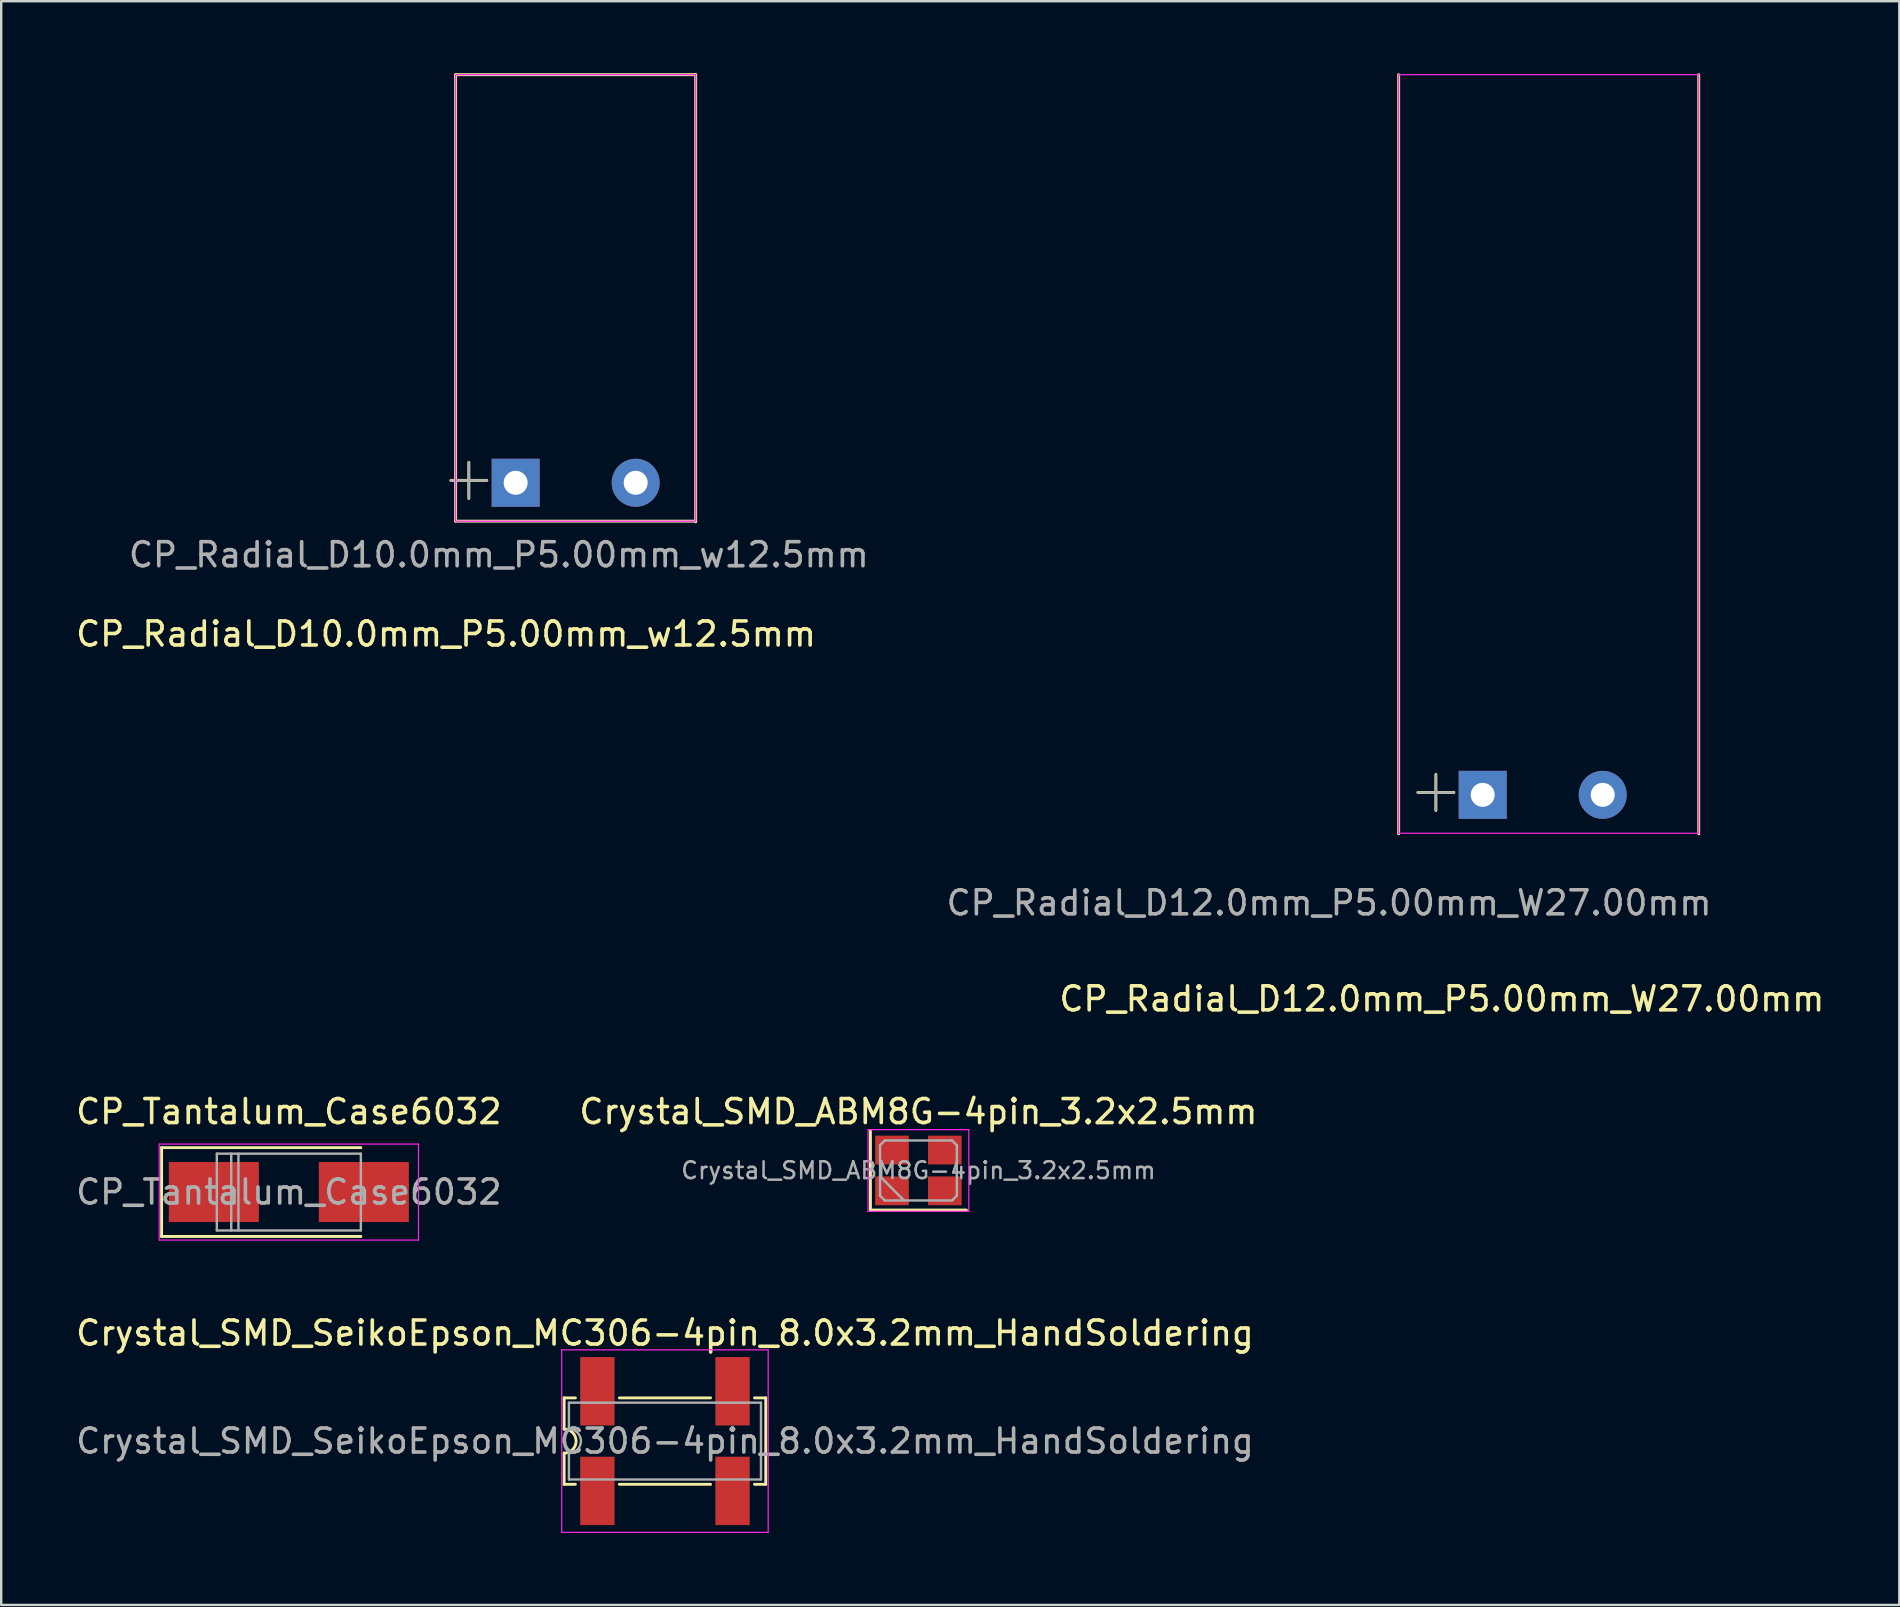
<source format=kicad_pcb>
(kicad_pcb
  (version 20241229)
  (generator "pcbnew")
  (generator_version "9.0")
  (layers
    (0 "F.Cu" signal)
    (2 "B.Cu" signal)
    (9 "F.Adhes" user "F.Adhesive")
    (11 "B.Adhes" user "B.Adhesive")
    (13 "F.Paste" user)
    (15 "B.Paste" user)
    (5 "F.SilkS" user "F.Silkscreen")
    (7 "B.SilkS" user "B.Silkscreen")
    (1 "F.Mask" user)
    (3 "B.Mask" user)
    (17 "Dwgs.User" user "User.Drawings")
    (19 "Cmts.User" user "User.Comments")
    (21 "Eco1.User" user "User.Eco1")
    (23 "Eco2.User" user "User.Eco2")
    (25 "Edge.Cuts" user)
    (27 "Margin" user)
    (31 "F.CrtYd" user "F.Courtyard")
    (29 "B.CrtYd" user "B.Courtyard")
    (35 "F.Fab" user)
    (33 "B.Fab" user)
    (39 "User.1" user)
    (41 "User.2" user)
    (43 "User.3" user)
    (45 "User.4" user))
  (footprint "Crystal_SMD_SeikoEpson_MC306-4pin_8.0x3.2mm_HandSoldering"
    (layer "F.Cu")
    (at 24.649 56.98)
    (property "Reference" "Crystal_SMD_SeikoEpson_MC306-4pin_8.0x3.2mm_HandSoldering" (at 0 -4.5 0) (layer "F.SilkS") (effects (font (size 1 1) (thickness 0.15))))
    (attr smd)
    (fp_line (start -4.2 -1.8) (end -3.73 -1.8) (stroke (width 0.12) (type solid)) (layer "F.SilkS"))
    (fp_line (start -4.2 -0.5) (end -4.2 -1.8) (stroke (width 0.12) (type solid)) (layer "F.SilkS"))
    (fp_line (start -4.2 1.8) (end -4.2 0.5) (stroke (width 0.12) (type solid)) (layer "F.SilkS"))
    (fp_line (start -4.2 1.8) (end -3.73 1.8) (stroke (width 0.12) (type solid)) (layer "F.SilkS"))
    (fp_line (start -1.9 -1.8) (end 1.9 -1.8) (stroke (width 0.12) (type solid)) (layer "F.SilkS"))
    (fp_line (start 1.9 1.8) (end -1.9 1.8) (stroke (width 0.12) (type solid)) (layer "F.SilkS"))
    (fp_line (start 3.73 -1.8) (end 4.2 -1.8) (stroke (width 0.12) (type solid)) (layer "F.SilkS"))
    (fp_line (start 4.2 -1.8) (end 4.2 1.8) (stroke (width 0.12) (type solid)) (layer "F.SilkS"))
    (fp_line (start 4.2 1.8) (end 3.73 1.8) (stroke (width 0.12) (type solid)) (layer "F.SilkS"))
    (fp_arc (start -4.2 -0.5) (mid -3.7 0) (end -4.2 0.5) (stroke (width 0.12) (type solid)) (layer "F.SilkS"))
    (fp_line (start -4.3 -3.8) (end -4.3 3.8) (stroke (width 0.05) (type solid)) (layer "F.CrtYd"))
    (fp_line (start -4.3 3.8) (end 4.3 3.8) (stroke (width 0.05) (type solid)) (layer "F.CrtYd"))
    (fp_line (start 4.3 -3.8) (end -4.3 -3.8) (stroke (width 0.05) (type solid)) (layer "F.CrtYd"))
    (fp_line (start 4.3 3.8) (end 4.3 -3.8) (stroke (width 0.05) (type solid)) (layer "F.CrtYd"))
    (fp_line (start -4 -1.6) (end 4 -1.6) (stroke (width 0.1) (type solid)) (layer "F.Fab"))
    (fp_line (start -4 -0.5) (end -4 -1.6) (stroke (width 0.1) (type solid)) (layer "F.Fab"))
    (fp_line (start -4 1.6) (end -4 0.5) (stroke (width 0.1) (type solid)) (layer "F.Fab"))
    (fp_line (start 4 -1.6) (end 4 1.6) (stroke (width 0.1) (type solid)) (layer "F.Fab"))
    (fp_line (start 4 1.6) (end -4 1.6) (stroke (width 0.1) (type solid)) (layer "F.Fab"))
    (fp_arc (start -4 -0.5) (mid -3.5 0) (end -4 0.5) (stroke (width 0.1) (type solid)) (layer "F.Fab"))
    (fp_text user "${REFERENCE}" (at 0 0 0) (layer "F.Fab") (effects (font (size 1 1) (thickness 0.15))))
    (pad "1" smd rect (at -2.815 2.075) (size 1.43 2.85) (layers "F.Cu" "F.Mask" "F.Paste"))
    (pad "2" smd rect (at 2.815 2.075) (size 1.43 2.85) (layers "F.Cu" "F.Mask" "F.Paste"))
    (pad "3" smd rect (at 2.815 -2.075) (size 1.43 2.85) (layers "F.Cu" "F.Mask" "F.Paste"))
    (pad "4" smd rect (at -2.815 -2.075) (size 1.43 2.85) (layers "F.Cu" "F.Mask" "F.Paste")))
  (footprint "CP_Tantalum_Case6032"
    (layer "F.Cu")
    (at 8.982 46.606)
    (property "Reference" "CP_Tantalum_Case6032" (at 0 -3.35 0) (layer "F.SilkS") (effects (font (size 1 1) (thickness 0.15))))
    (attr smd)
    (fp_line (start -5.3 -1.85) (end -5.3 1.85) (stroke (width 0.12) (type solid)) (layer "F.SilkS"))
    (fp_line (start -5.3 -1.85) (end 3 -1.85) (stroke (width 0.12) (type solid)) (layer "F.SilkS"))
    (fp_line (start -5.3 1.85) (end 3 1.85) (stroke (width 0.12) (type solid)) (layer "F.SilkS"))
    (fp_line (start -5.4 -2) (end -5.4 2) (stroke (width 0.05) (type solid)) (layer "F.CrtYd"))
    (fp_line (start -5.4 2) (end 5.4 2) (stroke (width 0.05) (type solid)) (layer "F.CrtYd"))
    (fp_line (start 5.4 -2) (end -5.4 -2) (stroke (width 0.05) (type solid)) (layer "F.CrtYd"))
    (fp_line (start 5.4 2) (end 5.4 -2) (stroke (width 0.05) (type solid)) (layer "F.CrtYd"))
    (fp_line (start -3 -1.6) (end -3 1.6) (stroke (width 0.1) (type solid)) (layer "F.Fab"))
    (fp_line (start -3 1.6) (end 3 1.6) (stroke (width 0.1) (type solid)) (layer "F.Fab"))
    (fp_line (start -2.4 -1.6) (end -2.4 1.6) (stroke (width 0.1) (type solid)) (layer "F.Fab"))
    (fp_line (start -2.1 -1.6) (end -2.1 1.6) (stroke (width 0.1) (type solid)) (layer "F.Fab"))
    (fp_line (start 3 -1.6) (end -3 -1.6) (stroke (width 0.1) (type solid)) (layer "F.Fab"))
    (fp_line (start 3 1.6) (end 3 -1.6) (stroke (width 0.1) (type solid)) (layer "F.Fab"))
    (fp_text user "${REFERENCE}" (at 0 0 0) (layer "F.Fab") (effects (font (size 1 1) (thickness 0.15))))
    (pad "1" smd rect (at -3.125 0) (size 3.75 2.5) (layers "F.Cu" "F.Mask" "F.Paste"))
    (pad "2" smd rect (at 3.125 0) (size 3.75 2.5) (layers "F.Cu" "F.Mask" "F.Paste")))
  (footprint "CP_Radial_D10.0mm_P5.00mm_w12.5mm"
    (layer "F.Cu")
    (at 20.93 17.06)
    (property "Reference" "CP_Radial_D10.0mm_P5.00mm_w12.5mm" (at -5.4 6.3 0) (layer "F.SilkS") (effects (font (size 1 1) (thickness 0.15))))
    (attr through_hole)
    (fp_line (start -5.2 -0.1) (end -3.7 -0.1) (stroke (width 0.12) (type solid)) (layer "F.SilkS"))
    (fp_line (start -5 -17) (end -5 1.6) (stroke (width 0.12) (type solid)) (layer "F.SilkS"))
    (fp_line (start -4.45 -0.85) (end -4.45 0.65) (stroke (width 0.12) (type solid)) (layer "F.SilkS"))
    (fp_line (start 5 -17) (end -5 -17) (stroke (width 0.12) (type solid)) (layer "F.SilkS"))
    (fp_line (start 5 -17) (end 5 1.625) (stroke (width 0.12) (type solid)) (layer "F.SilkS"))
    (fp_line (start 5 1.6) (end -5 1.6) (stroke (width 0.12) (type solid)) (layer "F.SilkS"))
    (fp_line (start -5 -17) (end -5 1.6) (stroke (width 0.05) (type solid)) (layer "F.CrtYd"))
    (fp_line (start -5 1.6) (end 5 1.6) (stroke (width 0.05) (type solid)) (layer "F.CrtYd"))
    (fp_line (start 5 -17) (end -5 -17) (stroke (width 0.05) (type solid)) (layer "F.CrtYd"))
    (fp_line (start 5 1.6) (end 5 -17) (stroke (width 0.05) (type solid)) (layer "F.CrtYd"))
    (fp_line (start -5.2 -0.1) (end -3.7 -0.1) (stroke (width 0.1) (type solid)) (layer "F.Fab"))
    (fp_line (start -4.45 -0.85) (end -4.45 0.65) (stroke (width 0.1) (type solid)) (layer "F.Fab"))
    (fp_text user "${REFERENCE}" (at -3.2 3 0) (layer "F.Fab") (effects (font (size 1 1) (thickness 0.15))))
    (pad "1" thru_hole rect (at -2.5 0) (size 2 2) (drill 1) (layers "*.Cu" "*.Mask"))
    (pad "2" thru_hole circle (at 2.5 0) (size 2 2) (drill 1) (layers "*.Cu" "*.Mask")))
  (footprint "Crystal_SMD_ABM8G-4pin_3.2x2.5mm"
    (layer "F.Cu")
    (at 35.208 45.706)
    (property "Reference" "Crystal_SMD_ABM8G-4pin_3.2x2.5mm" (at 0 -2.45 0) (layer "F.SilkS") (effects (font (size 1 1) (thickness 0.15))))
    (attr smd)
    (fp_line (start -2 -1.65) (end -2 1.65) (stroke (width 0.12) (type solid)) (layer "F.SilkS"))
    (fp_line (start -2 1.65) (end 2 1.65) (stroke (width 0.12) (type solid)) (layer "F.SilkS"))
    (fp_line (start -2.1 -1.7) (end -2.1 1.7) (stroke (width 0.05) (type solid)) (layer "F.CrtYd"))
    (fp_line (start -2.1 1.7) (end 2.1 1.7) (stroke (width 0.05) (type solid)) (layer "F.CrtYd"))
    (fp_line (start 2.1 -1.7) (end -2.1 -1.7) (stroke (width 0.05) (type solid)) (layer "F.CrtYd"))
    (fp_line (start 2.1 1.7) (end 2.1 -1.7) (stroke (width 0.05) (type solid)) (layer "F.CrtYd"))
    (fp_line (start -1.6 -1.05) (end -1.4 -1.25) (stroke (width 0.1) (type solid)) (layer "F.Fab"))
    (fp_line (start -1.6 0.25) (end -0.6 1.25) (stroke (width 0.1) (type solid)) (layer "F.Fab"))
    (fp_line (start -1.6 1.05) (end -1.6 -1.05) (stroke (width 0.1) (type solid)) (layer "F.Fab"))
    (fp_line (start -1.4 -1.25) (end 1.4 -1.25) (stroke (width 0.1) (type solid)) (layer "F.Fab"))
    (fp_line (start -1.4 1.25) (end -1.6 1.05) (stroke (width 0.1) (type solid)) (layer "F.Fab"))
    (fp_line (start 1.4 -1.25) (end 1.6 -1.05) (stroke (width 0.1) (type solid)) (layer "F.Fab"))
    (fp_line (start 1.4 1.25) (end -1.4 1.25) (stroke (width 0.1) (type solid)) (layer "F.Fab"))
    (fp_line (start 1.6 -1.05) (end 1.6 1.05) (stroke (width 0.1) (type solid)) (layer "F.Fab"))
    (fp_line (start 1.6 1.05) (end 1.4 1.25) (stroke (width 0.1) (type solid)) (layer "F.Fab"))
    (fp_text user "${REFERENCE}" (at 0 0 0) (layer "F.Fab") (effects (font (size 0.7 0.7) (thickness 0.105))))
    (pad "1" smd rect (at -1.1 0.85) (size 1.4 1.2) (layers "F.Cu" "F.Mask" "F.Paste"))
    (pad "2" smd rect (at 1.1 0.85) (size 1.4 1.2) (layers "F.Cu" "F.Mask" "F.Paste"))
    (pad "3" smd rect (at 1.1 -0.85) (size 1.4 1.2) (layers "F.Cu" "F.Mask" "F.Paste"))
    (pad "4" smd rect (at -1.1 -0.85) (size 1.4 1.2) (layers "F.Cu" "F.Mask" "F.Paste")))
  (footprint "CP_Radial_D12.0mm_P5.00mm_W27.00mm"
    (layer "F.Cu")
    (at 61.213 30.06)
    (property "Reference" "CP_Radial_D12.0mm_P5.00mm_W27.00mm" (at -4.2 8.5 0) (layer "F.SilkS") (effects (font (size 1 1) (thickness 0.15))))
    (attr through_hole)
    (fp_line (start -6 -30) (end -6 1.625) (stroke (width 0.12) (type solid)) (layer "F.SilkS"))
    (fp_line (start -5.2 -0.1) (end -3.7 -0.1) (stroke (width 0.12) (type solid)) (layer "F.SilkS"))
    (fp_line (start -4.45 -0.85) (end -4.45 0.65) (stroke (width 0.12) (type solid)) (layer "F.SilkS"))
    (fp_line (start 6.5 -30) (end 6.5 1.625) (stroke (width 0.12) (type solid)) (layer "F.SilkS"))
    (fp_line (start -6 -30) (end -6 1.6) (stroke (width 0.05) (type solid)) (layer "F.CrtYd"))
    (fp_line (start -6 1.6) (end 6.5 1.6) (stroke (width 0.05) (type solid)) (layer "F.CrtYd"))
    (fp_line (start 6.5 -30) (end -6 -30) (stroke (width 0.05) (type solid)) (layer "F.CrtYd"))
    (fp_line (start 6.5 1.6) (end 6.5 -30) (stroke (width 0.05) (type solid)) (layer "F.CrtYd"))
    (fp_line (start -5.2 -0.1) (end -3.7 -0.1) (stroke (width 0.1) (type solid)) (layer "F.Fab"))
    (fp_line (start -4.45 -0.85) (end -4.45 0.65) (stroke (width 0.1) (type solid)) (layer "F.Fab"))
    (fp_text user "${REFERENCE}" (at -8.9 4.5 0) (layer "F.Fab") (effects (font (size 1 1) (thickness 0.15))))
    (pad "1" thru_hole rect (at -2.5 0) (size 2 2) (drill 1) (layers "*.Cu" "*.Mask"))
    (pad "2" thru_hole circle (at 2.5 0) (size 2 2) (drill 1) (layers "*.Cu" "*.Mask")))
  (gr_rect
    (start -3 -3)
    (end 76.067 63.805)
    (stroke (width 0.1) (type default))
    (fill no)
    (layer "Edge.Cuts")))
</source>
